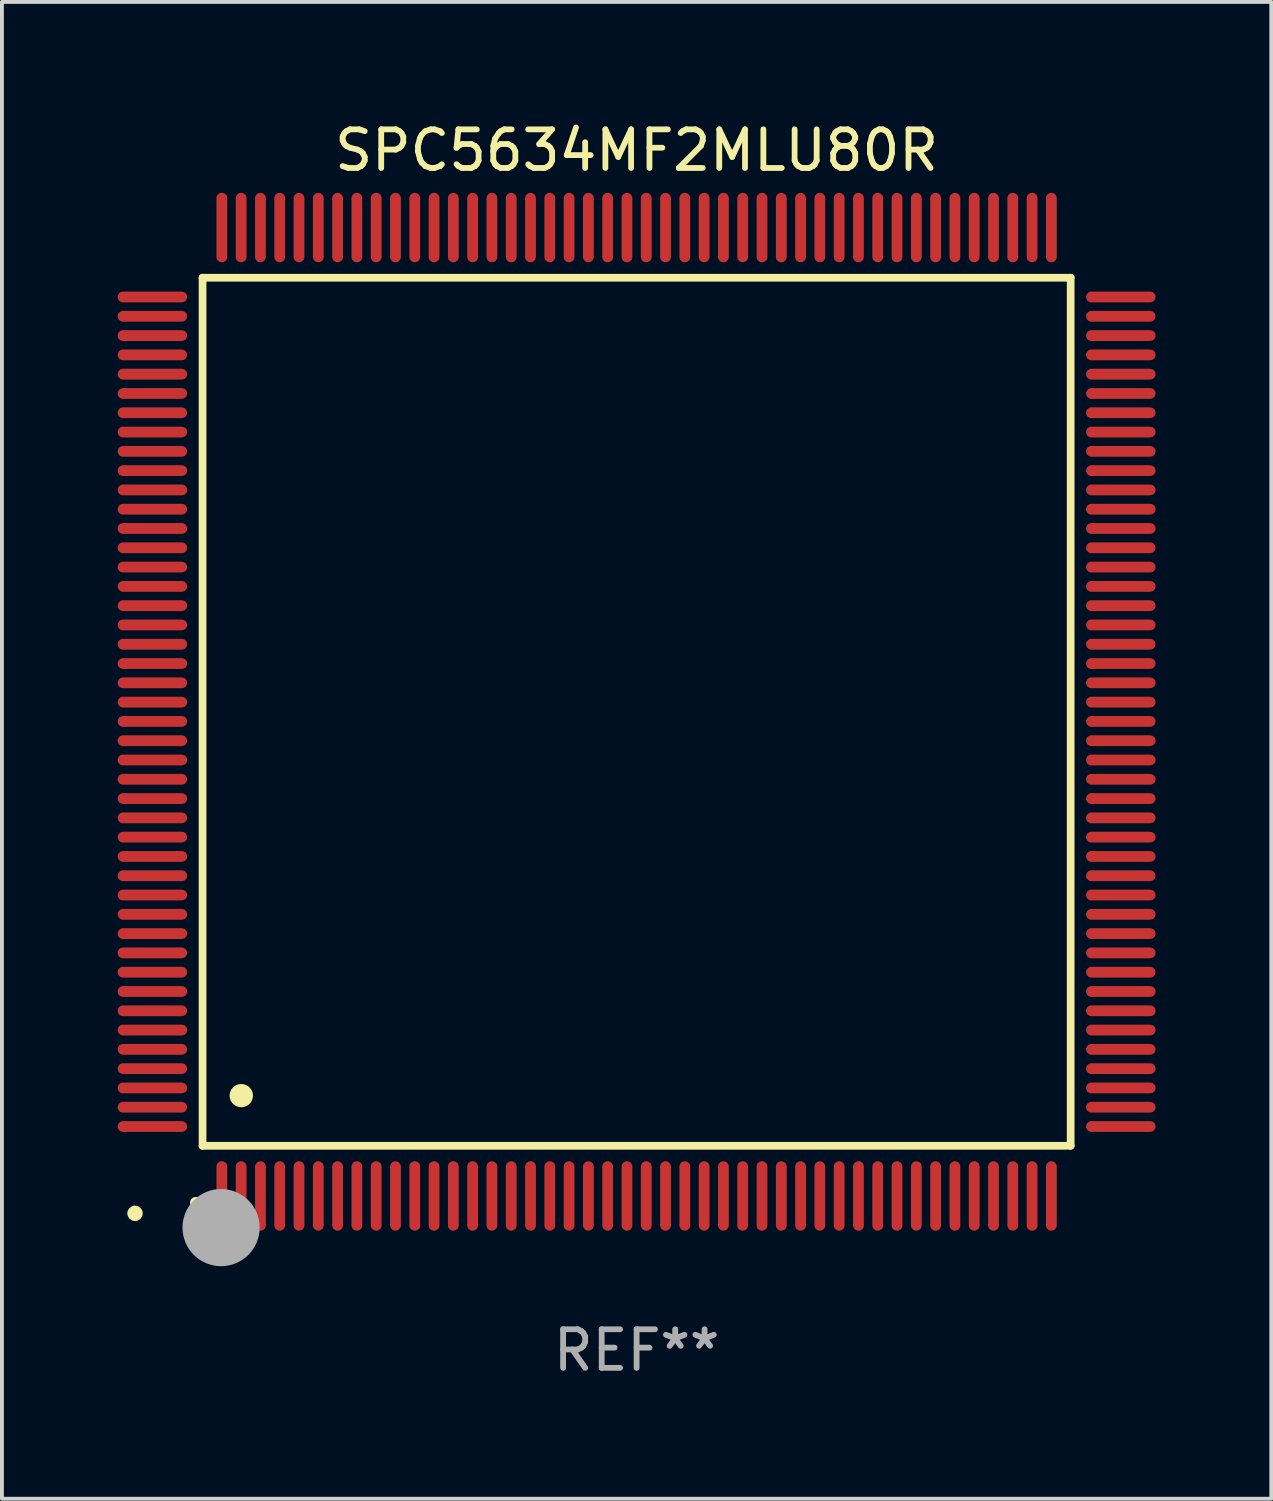
<source format=kicad_pcb>
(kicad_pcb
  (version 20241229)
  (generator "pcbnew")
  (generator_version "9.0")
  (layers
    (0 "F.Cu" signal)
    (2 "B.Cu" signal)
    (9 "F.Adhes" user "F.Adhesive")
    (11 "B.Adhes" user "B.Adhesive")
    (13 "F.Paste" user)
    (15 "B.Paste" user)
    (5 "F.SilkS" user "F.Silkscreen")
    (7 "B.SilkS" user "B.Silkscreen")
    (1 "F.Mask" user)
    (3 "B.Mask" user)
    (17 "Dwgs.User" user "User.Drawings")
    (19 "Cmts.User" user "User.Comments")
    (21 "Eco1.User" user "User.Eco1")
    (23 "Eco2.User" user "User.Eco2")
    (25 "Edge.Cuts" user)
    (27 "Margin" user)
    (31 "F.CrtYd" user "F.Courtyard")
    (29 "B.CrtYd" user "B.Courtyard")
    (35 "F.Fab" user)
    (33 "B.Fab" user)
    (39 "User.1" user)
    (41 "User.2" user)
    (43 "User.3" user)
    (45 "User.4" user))
  (footprint "SPC5634MF2MLU80R"
    (layer "F.Cu")
    (at 13.45 15.398)
    (property "Reference" "SPC5634MF2MLU80R" (at 0 -14.55 0) (layer "F.SilkS") (effects (font (size 1 1) (thickness 0.15))))
    (attr through_hole)
    (fp_line (start -11.25 -11.25) (end 11.25 -11.25) (stroke (width 0.2) (type solid)) (layer "F.SilkS"))
    (fp_line (start -11.25 11.25) (end -11.25 -11.25) (stroke (width 0.2) (type solid)) (layer "F.SilkS"))
    (fp_line (start 11.25 -11.25) (end 11.25 11.25) (stroke (width 0.2) (type solid)) (layer "F.SilkS"))
    (fp_line (start 11.25 11.25) (end -11.25 11.25) (stroke (width 0.2) (type solid)) (layer "F.SilkS"))
    (fp_arc (start -11.424943 12.725425) (mid -11.423673 12.72542) (end -11.422403 12.725425) (stroke (width 0.3) (type solid)) (layer "F.SilkS"))
    (fp_arc (start -10.24892 9.9492) (mid -10.24638 9.949189) (end -10.24384 9.9492) (stroke (width 0.6) (type solid)) (layer "F.SilkS"))
    (fp_circle (center -13 13) (end -12.9 13) (stroke (width 0.2) (type solid)) (fill no) (layer "F.SilkS"))
    (fp_circle (center -10.77 13.37) (end -10.27 13.37) (stroke (width 1) (type solid)) (fill no) (layer "F.Fab"))
    (fp_text user "REF**" (at 0 16.55 0) (layer "F.Fab") (effects (font (size 1 1) (thickness 0.15))))
    (pad "1" smd oval (at -10.75 12.55) (size 0.28 1.8) (layers "F.Cu" "F.Mask" "F.Paste"))
    (pad "2" smd oval (at -10.25 12.55) (size 0.28 1.8) (layers "F.Cu" "F.Mask" "F.Paste"))
    (pad "3" smd oval (at -9.75 12.55) (size 0.28 1.8) (layers "F.Cu" "F.Mask" "F.Paste"))
    (pad "4" smd oval (at -9.25 12.55) (size 0.28 1.8) (layers "F.Cu" "F.Mask" "F.Paste"))
    (pad "5" smd oval (at -8.75 12.55) (size 0.28 1.8) (layers "F.Cu" "F.Mask" "F.Paste"))
    (pad "6" smd oval (at -8.25 12.55) (size 0.28 1.8) (layers "F.Cu" "F.Mask" "F.Paste"))
    (pad "7" smd oval (at -7.75 12.55) (size 0.28 1.8) (layers "F.Cu" "F.Mask" "F.Paste"))
    (pad "8" smd oval (at -7.25 12.55) (size 0.28 1.8) (layers "F.Cu" "F.Mask" "F.Paste"))
    (pad "9" smd oval (at -6.75 12.55) (size 0.28 1.8) (layers "F.Cu" "F.Mask" "F.Paste"))
    (pad "10" smd oval (at -6.25 12.55) (size 0.28 1.8) (layers "F.Cu" "F.Mask" "F.Paste"))
    (pad "11" smd oval (at -5.75 12.55) (size 0.28 1.8) (layers "F.Cu" "F.Mask" "F.Paste"))
    (pad "12" smd oval (at -5.25 12.55) (size 0.28 1.8) (layers "F.Cu" "F.Mask" "F.Paste"))
    (pad "13" smd oval (at -4.75 12.55) (size 0.28 1.8) (layers "F.Cu" "F.Mask" "F.Paste"))
    (pad "14" smd oval (at -4.25 12.55) (size 0.28 1.8) (layers "F.Cu" "F.Mask" "F.Paste"))
    (pad "15" smd oval (at -3.75 12.55) (size 0.28 1.8) (layers "F.Cu" "F.Mask" "F.Paste"))
    (pad "16" smd oval (at -3.25 12.55) (size 0.28 1.8) (layers "F.Cu" "F.Mask" "F.Paste"))
    (pad "17" smd oval (at -2.75 12.55) (size 0.28 1.8) (layers "F.Cu" "F.Mask" "F.Paste"))
    (pad "18" smd oval (at -2.25 12.55) (size 0.28 1.8) (layers "F.Cu" "F.Mask" "F.Paste"))
    (pad "19" smd oval (at -1.75 12.55) (size 0.28 1.8) (layers "F.Cu" "F.Mask" "F.Paste"))
    (pad "20" smd oval (at -1.25 12.55) (size 0.28 1.8) (layers "F.Cu" "F.Mask" "F.Paste"))
    (pad "21" smd oval (at -0.75 12.55) (size 0.28 1.8) (layers "F.Cu" "F.Mask" "F.Paste"))
    (pad "22" smd oval (at -0.25 12.55) (size 0.28 1.8) (layers "F.Cu" "F.Mask" "F.Paste"))
    (pad "23" smd oval (at 0.25 12.55) (size 0.28 1.8) (layers "F.Cu" "F.Mask" "F.Paste"))
    (pad "24" smd oval (at 0.75 12.55) (size 0.28 1.8) (layers "F.Cu" "F.Mask" "F.Paste"))
    (pad "25" smd oval (at 1.25 12.55) (size 0.28 1.8) (layers "F.Cu" "F.Mask" "F.Paste"))
    (pad "26" smd oval (at 1.75 12.55) (size 0.28 1.8) (layers "F.Cu" "F.Mask" "F.Paste"))
    (pad "27" smd oval (at 2.25 12.55) (size 0.28 1.8) (layers "F.Cu" "F.Mask" "F.Paste"))
    (pad "28" smd oval (at 2.75 12.55) (size 0.28 1.8) (layers "F.Cu" "F.Mask" "F.Paste"))
    (pad "29" smd oval (at 3.25 12.55) (size 0.28 1.8) (layers "F.Cu" "F.Mask" "F.Paste"))
    (pad "30" smd oval (at 3.75 12.55) (size 0.28 1.8) (layers "F.Cu" "F.Mask" "F.Paste"))
    (pad "31" smd oval (at 4.25 12.55) (size 0.28 1.8) (layers "F.Cu" "F.Mask" "F.Paste"))
    (pad "32" smd oval (at 4.75 12.55) (size 0.28 1.8) (layers "F.Cu" "F.Mask" "F.Paste"))
    (pad "33" smd oval (at 5.25 12.55) (size 0.28 1.8) (layers "F.Cu" "F.Mask" "F.Paste"))
    (pad "34" smd oval (at 5.75 12.55) (size 0.28 1.8) (layers "F.Cu" "F.Mask" "F.Paste"))
    (pad "35" smd oval (at 6.25 12.55) (size 0.28 1.8) (layers "F.Cu" "F.Mask" "F.Paste"))
    (pad "36" smd oval (at 6.75 12.55) (size 0.28 1.8) (layers "F.Cu" "F.Mask" "F.Paste"))
    (pad "37" smd oval (at 7.25 12.55) (size 0.28 1.8) (layers "F.Cu" "F.Mask" "F.Paste"))
    (pad "38" smd oval (at 7.75 12.55) (size 0.28 1.8) (layers "F.Cu" "F.Mask" "F.Paste"))
    (pad "39" smd oval (at 8.25 12.55) (size 0.28 1.8) (layers "F.Cu" "F.Mask" "F.Paste"))
    (pad "40" smd oval (at 8.75 12.55) (size 0.28 1.8) (layers "F.Cu" "F.Mask" "F.Paste"))
    (pad "41" smd oval (at 9.25 12.55) (size 0.28 1.8) (layers "F.Cu" "F.Mask" "F.Paste"))
    (pad "42" smd oval (at 9.75 12.55) (size 0.28 1.8) (layers "F.Cu" "F.Mask" "F.Paste"))
    (pad "43" smd oval (at 10.25 12.55) (size 0.28 1.8) (layers "F.Cu" "F.Mask" "F.Paste"))
    (pad "44" smd oval (at 10.75 12.55) (size 0.28 1.8) (layers "F.Cu" "F.Mask" "F.Paste"))
    (pad "45" smd oval (at 12.55 10.75) (size 1.8 0.28) (layers "F.Cu" "F.Mask" "F.Paste"))
    (pad "46" smd oval (at 12.55 10.25) (size 1.8 0.28) (layers "F.Cu" "F.Mask" "F.Paste"))
    (pad "47" smd oval (at 12.55 9.75) (size 1.8 0.28) (layers "F.Cu" "F.Mask" "F.Paste"))
    (pad "48" smd oval (at 12.55 9.25) (size 1.8 0.28) (layers "F.Cu" "F.Mask" "F.Paste"))
    (pad "49" smd oval (at 12.55 8.75) (size 1.8 0.28) (layers "F.Cu" "F.Mask" "F.Paste"))
    (pad "50" smd oval (at 12.55 8.25) (size 1.8 0.28) (layers "F.Cu" "F.Mask" "F.Paste"))
    (pad "51" smd oval (at 12.55 7.75) (size 1.8 0.28) (layers "F.Cu" "F.Mask" "F.Paste"))
    (pad "52" smd oval (at 12.55 7.25) (size 1.8 0.28) (layers "F.Cu" "F.Mask" "F.Paste"))
    (pad "53" smd oval (at 12.55 6.75) (size 1.8 0.28) (layers "F.Cu" "F.Mask" "F.Paste"))
    (pad "54" smd oval (at 12.55 6.25) (size 1.8 0.28) (layers "F.Cu" "F.Mask" "F.Paste"))
    (pad "55" smd oval (at 12.55 5.75) (size 1.8 0.28) (layers "F.Cu" "F.Mask" "F.Paste"))
    (pad "56" smd oval (at 12.55 5.25) (size 1.8 0.28) (layers "F.Cu" "F.Mask" "F.Paste"))
    (pad "57" smd oval (at 12.55 4.75) (size 1.8 0.28) (layers "F.Cu" "F.Mask" "F.Paste"))
    (pad "58" smd oval (at 12.55 4.25) (size 1.8 0.28) (layers "F.Cu" "F.Mask" "F.Paste"))
    (pad "59" smd oval (at 12.55 3.75) (size 1.8 0.28) (layers "F.Cu" "F.Mask" "F.Paste"))
    (pad "60" smd oval (at 12.55 3.25) (size 1.8 0.28) (layers "F.Cu" "F.Mask" "F.Paste"))
    (pad "61" smd oval (at 12.55 2.75) (size 1.8 0.28) (layers "F.Cu" "F.Mask" "F.Paste"))
    (pad "62" smd oval (at 12.55 2.25) (size 1.8 0.28) (layers "F.Cu" "F.Mask" "F.Paste"))
    (pad "63" smd oval (at 12.55 1.75) (size 1.8 0.28) (layers "F.Cu" "F.Mask" "F.Paste"))
    (pad "64" smd oval (at 12.55 1.25) (size 1.8 0.28) (layers "F.Cu" "F.Mask" "F.Paste"))
    (pad "65" smd oval (at 12.55 0.75) (size 1.8 0.28) (layers "F.Cu" "F.Mask" "F.Paste"))
    (pad "66" smd oval (at 12.55 0.25) (size 1.8 0.28) (layers "F.Cu" "F.Mask" "F.Paste"))
    (pad "67" smd oval (at 12.55 -0.25) (size 1.8 0.28) (layers "F.Cu" "F.Mask" "F.Paste"))
    (pad "68" smd oval (at 12.55 -0.75) (size 1.8 0.28) (layers "F.Cu" "F.Mask" "F.Paste"))
    (pad "69" smd oval (at 12.55 -1.25) (size 1.8 0.28) (layers "F.Cu" "F.Mask" "F.Paste"))
    (pad "70" smd oval (at 12.55 -1.75) (size 1.8 0.28) (layers "F.Cu" "F.Mask" "F.Paste"))
    (pad "71" smd oval (at 12.55 -2.25) (size 1.8 0.28) (layers "F.Cu" "F.Mask" "F.Paste"))
    (pad "72" smd oval (at 12.55 -2.75) (size 1.8 0.28) (layers "F.Cu" "F.Mask" "F.Paste"))
    (pad "73" smd oval (at 12.55 -3.25) (size 1.8 0.28) (layers "F.Cu" "F.Mask" "F.Paste"))
    (pad "74" smd oval (at 12.55 -3.75) (size 1.8 0.28) (layers "F.Cu" "F.Mask" "F.Paste"))
    (pad "75" smd oval (at 12.55 -4.25) (size 1.8 0.28) (layers "F.Cu" "F.Mask" "F.Paste"))
    (pad "76" smd oval (at 12.55 -4.75) (size 1.8 0.28) (layers "F.Cu" "F.Mask" "F.Paste"))
    (pad "77" smd oval (at 12.55 -5.25) (size 1.8 0.28) (layers "F.Cu" "F.Mask" "F.Paste"))
    (pad "78" smd oval (at 12.55 -5.75) (size 1.8 0.28) (layers "F.Cu" "F.Mask" "F.Paste"))
    (pad "79" smd oval (at 12.55 -6.25) (size 1.8 0.28) (layers "F.Cu" "F.Mask" "F.Paste"))
    (pad "80" smd oval (at 12.55 -6.75) (size 1.8 0.28) (layers "F.Cu" "F.Mask" "F.Paste"))
    (pad "81" smd oval (at 12.55 -7.25) (size 1.8 0.28) (layers "F.Cu" "F.Mask" "F.Paste"))
    (pad "82" smd oval (at 12.55 -7.75) (size 1.8 0.28) (layers "F.Cu" "F.Mask" "F.Paste"))
    (pad "83" smd oval (at 12.55 -8.25) (size 1.8 0.28) (layers "F.Cu" "F.Mask" "F.Paste"))
    (pad "84" smd oval (at 12.55 -8.75) (size 1.8 0.28) (layers "F.Cu" "F.Mask" "F.Paste"))
    (pad "85" smd oval (at 12.55 -9.25) (size 1.8 0.28) (layers "F.Cu" "F.Mask" "F.Paste"))
    (pad "86" smd oval (at 12.55 -9.75) (size 1.8 0.28) (layers "F.Cu" "F.Mask" "F.Paste"))
    (pad "87" smd oval (at 12.55 -10.25) (size 1.8 0.28) (layers "F.Cu" "F.Mask" "F.Paste"))
    (pad "88" smd oval (at 12.55 -10.75) (size 1.8 0.28) (layers "F.Cu" "F.Mask" "F.Paste"))
    (pad "89" smd oval (at 10.75 -12.55) (size 0.28 1.8) (layers "F.Cu" "F.Mask" "F.Paste"))
    (pad "90" smd oval (at 10.25 -12.55) (size 0.28 1.8) (layers "F.Cu" "F.Mask" "F.Paste"))
    (pad "91" smd oval (at 9.75 -12.55) (size 0.28 1.8) (layers "F.Cu" "F.Mask" "F.Paste"))
    (pad "92" smd oval (at 9.25 -12.55) (size 0.28 1.8) (layers "F.Cu" "F.Mask" "F.Paste"))
    (pad "93" smd oval (at 8.75 -12.55) (size 0.28 1.8) (layers "F.Cu" "F.Mask" "F.Paste"))
    (pad "94" smd oval (at 8.25 -12.55) (size 0.28 1.8) (layers "F.Cu" "F.Mask" "F.Paste"))
    (pad "95" smd oval (at 7.75 -12.55) (size 0.28 1.8) (layers "F.Cu" "F.Mask" "F.Paste"))
    (pad "96" smd oval (at 7.25 -12.55) (size 0.28 1.8) (layers "F.Cu" "F.Mask" "F.Paste"))
    (pad "97" smd oval (at 6.75 -12.55) (size 0.28 1.8) (layers "F.Cu" "F.Mask" "F.Paste"))
    (pad "98" smd oval (at 6.25 -12.55) (size 0.28 1.8) (layers "F.Cu" "F.Mask" "F.Paste"))
    (pad "99" smd oval (at 5.75 -12.55) (size 0.28 1.8) (layers "F.Cu" "F.Mask" "F.Paste"))
    (pad "100" smd oval (at 5.25 -12.55) (size 0.28 1.8) (layers "F.Cu" "F.Mask" "F.Paste"))
    (pad "101" smd oval (at 4.75 -12.55) (size 0.28 1.8) (layers "F.Cu" "F.Mask" "F.Paste"))
    (pad "102" smd oval (at 4.25 -12.55) (size 0.28 1.8) (layers "F.Cu" "F.Mask" "F.Paste"))
    (pad "103" smd oval (at 3.75 -12.55) (size 0.28 1.8) (layers "F.Cu" "F.Mask" "F.Paste"))
    (pad "104" smd oval (at 3.25 -12.55) (size 0.28 1.8) (layers "F.Cu" "F.Mask" "F.Paste"))
    (pad "105" smd oval (at 2.75 -12.55) (size 0.28 1.8) (layers "F.Cu" "F.Mask" "F.Paste"))
    (pad "106" smd oval (at 2.25 -12.55) (size 0.28 1.8) (layers "F.Cu" "F.Mask" "F.Paste"))
    (pad "107" smd oval (at 1.75 -12.55) (size 0.28 1.8) (layers "F.Cu" "F.Mask" "F.Paste"))
    (pad "108" smd oval (at 1.25 -12.55) (size 0.28 1.8) (layers "F.Cu" "F.Mask" "F.Paste"))
    (pad "109" smd oval (at 0.75 -12.55) (size 0.28 1.8) (layers "F.Cu" "F.Mask" "F.Paste"))
    (pad "110" smd oval (at 0.25 -12.55) (size 0.28 1.8) (layers "F.Cu" "F.Mask" "F.Paste"))
    (pad "111" smd oval (at -0.25 -12.55) (size 0.28 1.8) (layers "F.Cu" "F.Mask" "F.Paste"))
    (pad "112" smd oval (at -0.75 -12.55) (size 0.28 1.8) (layers "F.Cu" "F.Mask" "F.Paste"))
    (pad "113" smd oval (at -1.25 -12.55) (size 0.28 1.8) (layers "F.Cu" "F.Mask" "F.Paste"))
    (pad "114" smd oval (at -1.75 -12.55) (size 0.28 1.8) (layers "F.Cu" "F.Mask" "F.Paste"))
    (pad "115" smd oval (at -2.25 -12.55) (size 0.28 1.8) (layers "F.Cu" "F.Mask" "F.Paste"))
    (pad "116" smd oval (at -2.75 -12.55) (size 0.28 1.8) (layers "F.Cu" "F.Mask" "F.Paste"))
    (pad "117" smd oval (at -3.25 -12.55) (size 0.28 1.8) (layers "F.Cu" "F.Mask" "F.Paste"))
    (pad "118" smd oval (at -3.75 -12.55) (size 0.28 1.8) (layers "F.Cu" "F.Mask" "F.Paste"))
    (pad "119" smd oval (at -4.25 -12.55) (size 0.28 1.8) (layers "F.Cu" "F.Mask" "F.Paste"))
    (pad "120" smd oval (at -4.75 -12.55) (size 0.28 1.8) (layers "F.Cu" "F.Mask" "F.Paste"))
    (pad "121" smd oval (at -5.25 -12.55) (size 0.28 1.8) (layers "F.Cu" "F.Mask" "F.Paste"))
    (pad "122" smd oval (at -5.75 -12.55) (size 0.28 1.8) (layers "F.Cu" "F.Mask" "F.Paste"))
    (pad "123" smd oval (at -6.25 -12.55) (size 0.28 1.8) (layers "F.Cu" "F.Mask" "F.Paste"))
    (pad "124" smd oval (at -6.75 -12.55) (size 0.28 1.8) (layers "F.Cu" "F.Mask" "F.Paste"))
    (pad "125" smd oval (at -7.25 -12.55) (size 0.28 1.8) (layers "F.Cu" "F.Mask" "F.Paste"))
    (pad "126" smd oval (at -7.75 -12.55) (size 0.28 1.8) (layers "F.Cu" "F.Mask" "F.Paste"))
    (pad "127" smd oval (at -8.25 -12.55) (size 0.28 1.8) (layers "F.Cu" "F.Mask" "F.Paste"))
    (pad "128" smd oval (at -8.75 -12.55) (size 0.28 1.8) (layers "F.Cu" "F.Mask" "F.Paste"))
    (pad "129" smd oval (at -9.25 -12.55) (size 0.28 1.8) (layers "F.Cu" "F.Mask" "F.Paste"))
    (pad "130" smd oval (at -9.75 -12.55) (size 0.28 1.8) (layers "F.Cu" "F.Mask" "F.Paste"))
    (pad "131" smd oval (at -10.25 -12.55) (size 0.28 1.8) (layers "F.Cu" "F.Mask" "F.Paste"))
    (pad "132" smd oval (at -10.75 -12.55) (size 0.28 1.8) (layers "F.Cu" "F.Mask" "F.Paste"))
    (pad "133" smd oval (at -12.55 -10.75) (size 1.8 0.28) (layers "F.Cu" "F.Mask" "F.Paste"))
    (pad "134" smd oval (at -12.55 -10.25) (size 1.8 0.28) (layers "F.Cu" "F.Mask" "F.Paste"))
    (pad "135" smd oval (at -12.55 -9.75) (size 1.8 0.28) (layers "F.Cu" "F.Mask" "F.Paste"))
    (pad "136" smd oval (at -12.55 -9.25) (size 1.8 0.28) (layers "F.Cu" "F.Mask" "F.Paste"))
    (pad "137" smd oval (at -12.55 -8.75) (size 1.8 0.28) (layers "F.Cu" "F.Mask" "F.Paste"))
    (pad "138" smd oval (at -12.55 -8.25) (size 1.8 0.28) (layers "F.Cu" "F.Mask" "F.Paste"))
    (pad "139" smd oval (at -12.55 -7.75) (size 1.8 0.28) (layers "F.Cu" "F.Mask" "F.Paste"))
    (pad "140" smd oval (at -12.55 -7.25) (size 1.8 0.28) (layers "F.Cu" "F.Mask" "F.Paste"))
    (pad "141" smd oval (at -12.55 -6.75) (size 1.8 0.28) (layers "F.Cu" "F.Mask" "F.Paste"))
    (pad "142" smd oval (at -12.55 -6.25) (size 1.8 0.28) (layers "F.Cu" "F.Mask" "F.Paste"))
    (pad "143" smd oval (at -12.55 -5.75) (size 1.8 0.28) (layers "F.Cu" "F.Mask" "F.Paste"))
    (pad "144" smd oval (at -12.55 -5.25) (size 1.8 0.28) (layers "F.Cu" "F.Mask" "F.Paste"))
    (pad "145" smd oval (at -12.55 -4.75) (size 1.8 0.28) (layers "F.Cu" "F.Mask" "F.Paste"))
    (pad "146" smd oval (at -12.55 -4.25) (size 1.8 0.28) (layers "F.Cu" "F.Mask" "F.Paste"))
    (pad "147" smd oval (at -12.55 -3.75) (size 1.8 0.28) (layers "F.Cu" "F.Mask" "F.Paste"))
    (pad "148" smd oval (at -12.55 -3.25) (size 1.8 0.28) (layers "F.Cu" "F.Mask" "F.Paste"))
    (pad "149" smd oval (at -12.55 -2.75) (size 1.8 0.28) (layers "F.Cu" "F.Mask" "F.Paste"))
    (pad "150" smd oval (at -12.55 -2.25) (size 1.8 0.28) (layers "F.Cu" "F.Mask" "F.Paste"))
    (pad "151" smd oval (at -12.55 -1.75) (size 1.8 0.28) (layers "F.Cu" "F.Mask" "F.Paste"))
    (pad "152" smd oval (at -12.55 -1.25) (size 1.8 0.28) (layers "F.Cu" "F.Mask" "F.Paste"))
    (pad "153" smd oval (at -12.55 -0.75) (size 1.8 0.28) (layers "F.Cu" "F.Mask" "F.Paste"))
    (pad "154" smd oval (at -12.55 -0.25) (size 1.8 0.28) (layers "F.Cu" "F.Mask" "F.Paste"))
    (pad "155" smd oval (at -12.55 0.25) (size 1.8 0.28) (layers "F.Cu" "F.Mask" "F.Paste"))
    (pad "156" smd oval (at -12.55 0.75) (size 1.8 0.28) (layers "F.Cu" "F.Mask" "F.Paste"))
    (pad "157" smd oval (at -12.55 1.25) (size 1.8 0.28) (layers "F.Cu" "F.Mask" "F.Paste"))
    (pad "158" smd oval (at -12.55 1.75) (size 1.8 0.28) (layers "F.Cu" "F.Mask" "F.Paste"))
    (pad "159" smd oval (at -12.55 2.25) (size 1.8 0.28) (layers "F.Cu" "F.Mask" "F.Paste"))
    (pad "160" smd oval (at -12.55 2.75) (size 1.8 0.28) (layers "F.Cu" "F.Mask" "F.Paste"))
    (pad "161" smd oval (at -12.55 3.25) (size 1.8 0.28) (layers "F.Cu" "F.Mask" "F.Paste"))
    (pad "162" smd oval (at -12.55 3.75) (size 1.8 0.28) (layers "F.Cu" "F.Mask" "F.Paste"))
    (pad "163" smd oval (at -12.55 4.25) (size 1.8 0.28) (layers "F.Cu" "F.Mask" "F.Paste"))
    (pad "164" smd oval (at -12.55 4.75) (size 1.8 0.28) (layers "F.Cu" "F.Mask" "F.Paste"))
    (pad "165" smd oval (at -12.55 5.25) (size 1.8 0.28) (layers "F.Cu" "F.Mask" "F.Paste"))
    (pad "166" smd oval (at -12.55 5.75) (size 1.8 0.28) (layers "F.Cu" "F.Mask" "F.Paste"))
    (pad "167" smd oval (at -12.55 6.25) (size 1.8 0.28) (layers "F.Cu" "F.Mask" "F.Paste"))
    (pad "168" smd oval (at -12.55 6.75) (size 1.8 0.28) (layers "F.Cu" "F.Mask" "F.Paste"))
    (pad "169" smd oval (at -12.55 7.25) (size 1.8 0.28) (layers "F.Cu" "F.Mask" "F.Paste"))
    (pad "170" smd oval (at -12.55 7.75) (size 1.8 0.28) (layers "F.Cu" "F.Mask" "F.Paste"))
    (pad "171" smd oval (at -12.55 8.25) (size 1.8 0.28) (layers "F.Cu" "F.Mask" "F.Paste"))
    (pad "172" smd oval (at -12.55 8.75) (size 1.8 0.28) (layers "F.Cu" "F.Mask" "F.Paste"))
    (pad "173" smd oval (at -12.55 9.25) (size 1.8 0.28) (layers "F.Cu" "F.Mask" "F.Paste"))
    (pad "174" smd oval (at -12.55 9.75) (size 1.8 0.28) (layers "F.Cu" "F.Mask" "F.Paste"))
    (pad "175" smd oval (at -12.55 10.25) (size 1.8 0.28) (layers "F.Cu" "F.Mask" "F.Paste"))
    (pad "176" smd oval (at -12.55 10.75) (size 1.8 0.28) (layers "F.Cu" "F.Mask" "F.Paste")))
  (gr_rect
    (start -3 -3)
    (end 29.9 35.796)
    (stroke (width 0.1) (type default))
    (fill no)
    (layer "Edge.Cuts")))
</source>
